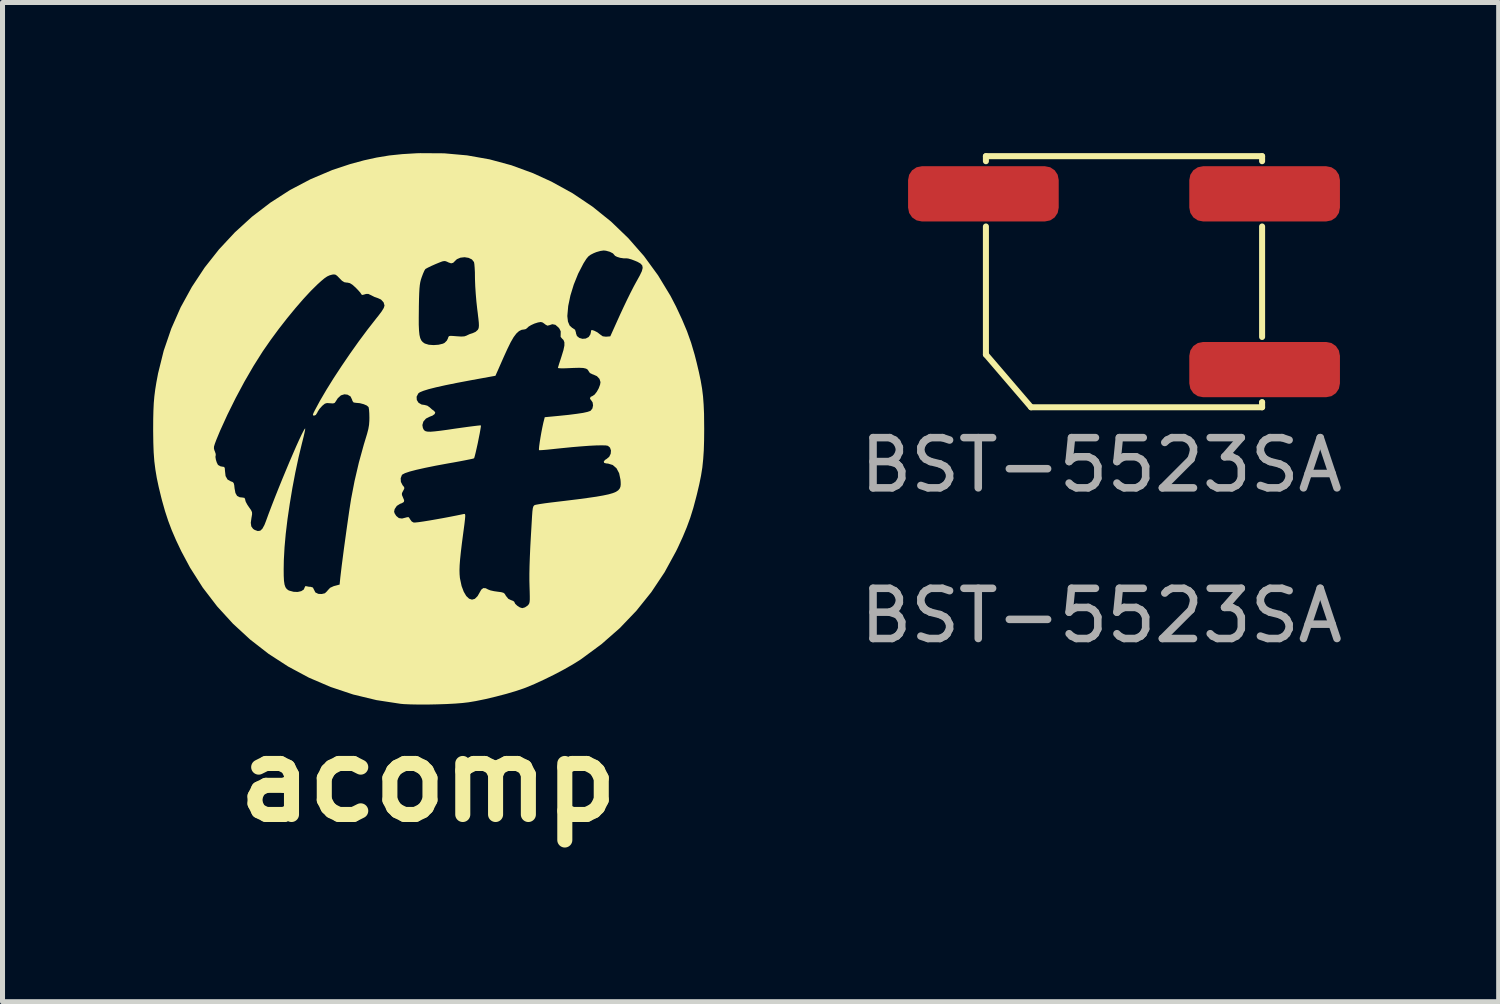
<source format=kicad_pcb>
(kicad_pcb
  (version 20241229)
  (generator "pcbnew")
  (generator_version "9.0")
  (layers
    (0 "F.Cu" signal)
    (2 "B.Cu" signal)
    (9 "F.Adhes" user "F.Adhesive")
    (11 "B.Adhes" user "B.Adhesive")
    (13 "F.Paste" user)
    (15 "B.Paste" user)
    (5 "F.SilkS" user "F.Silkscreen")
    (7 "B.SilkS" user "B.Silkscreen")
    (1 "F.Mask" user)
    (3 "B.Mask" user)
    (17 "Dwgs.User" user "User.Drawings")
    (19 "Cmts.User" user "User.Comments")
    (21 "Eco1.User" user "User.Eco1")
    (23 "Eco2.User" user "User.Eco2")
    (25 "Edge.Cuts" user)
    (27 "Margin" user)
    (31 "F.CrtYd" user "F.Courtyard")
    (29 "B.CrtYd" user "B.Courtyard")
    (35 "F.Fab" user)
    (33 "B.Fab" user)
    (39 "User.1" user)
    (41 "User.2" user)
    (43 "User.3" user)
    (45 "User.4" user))
  (footprint "acomp"
    (layer "F.Cu")
    (at 5.476 5.48)
    (property "Reference" "acomp" (at 0 7 0) (layer "F.SilkS") (effects (font (size 1.524 1.524) (thickness 0.3))))
    (attr board_only exclude_from_pos_files exclude_from_bom)
    (fp_poly (pts (xy 0.318 -5.477) (xy 0.776 -5.436) (xy 1.222 -5.357) (xy 1.658 -5.239) (xy 2.089 -5.081) (xy 2.456 -4.913) (xy 2.877 -4.681) (xy 3.273 -4.415) (xy 3.643 -4.117) (xy 3.985 -3.788) (xy 4.298 -3.431) (xy 4.578 -3.047) (xy 4.826 -2.638) (xy 4.936 -2.426) (xy 5.055 -2.171) (xy 5.154 -1.936) (xy 5.236 -1.706) (xy 5.307 -1.466) (xy 5.346 -1.313) (xy 5.392 -1.119) (xy 5.428 -0.948) (xy 5.455 -0.79) (xy 5.474 -0.635) (xy 5.486 -0.472) (xy 5.494 -0.292) (xy 5.496 -0.084) (xy 5.497 0.011) (xy 5.495 0.241) (xy 5.489 0.438) (xy 5.477 0.614) (xy 5.46 0.779) (xy 5.434 0.942) (xy 5.399 1.114) (xy 5.354 1.305) (xy 5.338 1.368) (xy 5.28 1.586) (xy 5.219 1.782) (xy 5.15 1.97) (xy 5.07 2.162) (xy 4.973 2.373) (xy 4.937 2.447) (xy 4.708 2.866) (xy 4.444 3.262) (xy 4.146 3.633) (xy 3.815 3.979) (xy 3.451 4.298) (xy 3.055 4.59) (xy 3.029 4.608) (xy 2.882 4.7) (xy 2.707 4.8) (xy 2.514 4.902) (xy 2.315 5) (xy 2.122 5.089) (xy 1.947 5.162) (xy 1.896 5.181) (xy 1.738 5.234) (xy 1.551 5.289) (xy 1.348 5.342) (xy 1.143 5.391) (xy 0.948 5.431) (xy 0.805 5.455) (xy 0.686 5.469) (xy 0.536 5.481) (xy 0.363 5.49) (xy 0.179 5.496) (xy -0.009 5.5) (xy -0.188 5.5) (xy -0.351 5.497) (xy -0.488 5.491) (xy -0.551 5.485) (xy -1.028 5.412) (xy -1.493 5.3) (xy -1.942 5.15) (xy -2.374 4.965) (xy -2.786 4.744) (xy -3.177 4.491) (xy -3.545 4.205) (xy -3.887 3.89) (xy -4.202 3.545) (xy -4.488 3.172) (xy -4.741 2.774) (xy -4.916 2.447) (xy -5.02 2.228) (xy -5.105 2.031) (xy -5.176 1.843) (xy -5.239 1.651) (xy -5.298 1.442) (xy -5.317 1.368) (xy -5.366 1.166) (xy -5.404 0.987) (xy -5.432 0.819) (xy -5.453 0.653) (xy -5.466 0.477) (xy -5.469 0.399) (xy -4.266 0.399) (xy -4.257 0.436) (xy -4.249 0.454) (xy -4.232 0.504) (xy -4.229 0.535) (xy -4.231 0.537) (xy -4.236 0.568) (xy -4.228 0.62) (xy -4.211 0.676) (xy -4.189 0.721) (xy -4.182 0.73) (xy -4.135 0.756) (xy -4.098 0.763) (xy -4.064 0.768) (xy -4.05 0.79) (xy -4.046 0.843) (xy -4.046 0.846) (xy -4.034 0.95) (xy -3.995 1.019) (xy -3.931 1.055) (xy -3.894 1.068) (xy -3.873 1.089) (xy -3.862 1.13) (xy -3.855 1.195) (xy -3.838 1.287) (xy -3.805 1.345) (xy -3.752 1.372) (xy -3.703 1.377) (xy -3.659 1.384) (xy -3.644 1.412) (xy -3.644 1.422) (xy -3.632 1.463) (xy -3.6 1.522) (xy -3.569 1.568) (xy -3.528 1.626) (xy -3.508 1.668) (xy -3.506 1.71) (xy -3.516 1.77) (xy -3.518 1.779) (xy -3.532 1.88) (xy -3.522 1.952) (xy -3.486 2.002) (xy -3.454 2.023) (xy -3.393 2.045) (xy -3.343 2.038) (xy -3.301 1.999) (xy -3.26 1.924) (xy -3.231 1.85) (xy -3.177 1.702) (xy -3.115 1.539) (xy -3.048 1.367) (xy -2.977 1.189) (xy -2.904 1.009) (xy -2.83 0.831) (xy -2.759 0.661) (xy -2.69 0.501) (xy -2.627 0.356) (xy -2.57 0.23) (xy -2.522 0.128) (xy -2.484 0.054) (xy -2.459 0.011) (xy -2.448 0.002) (xy -2.45 0.025) (xy -2.461 0.081) (xy -2.479 0.162) (xy -2.504 0.262) (xy -2.513 0.297) (xy -2.581 0.579) (xy -2.645 0.879) (xy -2.704 1.19) (xy -2.756 1.503) (xy -2.801 1.809) (xy -2.836 2.101) (xy -2.86 2.37) (xy -2.873 2.608) (xy -2.874 2.63) (xy -2.877 2.801) (xy -2.876 2.934) (xy -2.871 3.036) (xy -2.86 3.11) (xy -2.842 3.163) (xy -2.816 3.199) (xy -2.783 3.224) (xy -2.764 3.232) (xy -2.68 3.255) (xy -2.598 3.258) (xy -2.527 3.242) (xy -2.477 3.21) (xy -2.457 3.164) (xy -2.457 3.164) (xy -2.444 3.141) (xy -2.424 3.144) (xy -2.376 3.154) (xy -2.34 3.156) (xy -2.295 3.17) (xy -2.275 3.21) (xy -2.245 3.268) (xy -2.187 3.296) (xy -2.119 3.299) (xy -2.056 3.284) (xy -2.011 3.241) (xy -2.002 3.228) (xy -1.952 3.175) (xy -1.878 3.141) (xy -1.861 3.137) (xy -1.763 3.111) (xy -1.749 2.97) (xy -1.737 2.869) (xy -1.721 2.734) (xy -1.7 2.573) (xy -1.677 2.395) (xy -1.651 2.207) (xy -1.625 2.018) (xy -1.599 1.836) (xy -1.575 1.668) (xy -1.574 1.661) (xy -0.678 1.661) (xy -0.666 1.696) (xy -0.636 1.743) (xy -0.632 1.747) (xy -0.583 1.787) (xy -0.52 1.796) (xy -0.434 1.774) (xy -0.419 1.769) (xy -0.386 1.769) (xy -0.362 1.806) (xy -0.361 1.809) (xy -0.327 1.855) (xy -0.288 1.876) (xy -0.256 1.875) (xy -0.188 1.868) (xy -0.092 1.854) (xy 0.026 1.835) (xy 0.158 1.812) (xy 0.298 1.787) (xy 0.441 1.76) (xy 0.578 1.733) (xy 0.703 1.707) (xy 0.704 1.707) (xy 0.721 1.704) (xy 0.732 1.708) (xy 0.738 1.725) (xy 0.738 1.759) (xy 0.733 1.816) (xy 0.723 1.903) (xy 0.707 2.024) (xy 0.7 2.076) (xy 0.672 2.289) (xy 0.651 2.465) (xy 0.636 2.61) (xy 0.627 2.728) (xy 0.624 2.825) (xy 0.626 2.906) (xy 0.632 2.977) (xy 0.636 2.999) (xy 0.666 3.14) (xy 0.709 3.254) (xy 0.759 3.339) (xy 0.815 3.392) (xy 0.873 3.411) (xy 0.93 3.395) (xy 0.985 3.34) (xy 1.017 3.284) (xy 1.057 3.213) (xy 1.098 3.181) (xy 1.147 3.184) (xy 1.192 3.208) (xy 1.238 3.226) (xy 1.309 3.242) (xy 1.377 3.252) (xy 1.453 3.262) (xy 1.498 3.274) (xy 1.525 3.295) (xy 1.546 3.331) (xy 1.546 3.333) (xy 1.597 3.395) (xy 1.647 3.419) (xy 1.694 3.437) (xy 1.716 3.455) (xy 1.716 3.457) (xy 1.733 3.493) (xy 1.775 3.533) (xy 1.827 3.566) (xy 1.874 3.58) (xy 1.875 3.58) (xy 1.928 3.565) (xy 1.98 3.53) (xy 1.98 3.53) (xy 1.999 3.509) (xy 2.012 3.488) (xy 2.02 3.458) (xy 2.024 3.412) (xy 2.024 3.344) (xy 2.022 3.246) (xy 2.019 3.154) (xy 2.016 3.032) (xy 2.016 2.896) (xy 2.019 2.742) (xy 2.025 2.566) (xy 2.034 2.362) (xy 2.047 2.127) (xy 2.063 1.855) (xy 2.069 1.751) (xy 2.076 1.654) (xy 2.084 1.592) (xy 2.095 1.555) (xy 2.11 1.535) (xy 2.127 1.526) (xy 2.164 1.518) (xy 2.233 1.506) (xy 2.327 1.492) (xy 2.435 1.478) (xy 2.468 1.474) (xy 2.744 1.441) (xy 2.98 1.412) (xy 3.18 1.385) (xy 3.347 1.361) (xy 3.484 1.337) (xy 3.593 1.314) (xy 3.677 1.29) (xy 3.74 1.264) (xy 3.785 1.234) (xy 3.813 1.201) (xy 3.829 1.164) (xy 3.835 1.12) (xy 3.834 1.07) (xy 3.83 1.021) (xy 3.803 0.893) (xy 3.751 0.795) (xy 3.676 0.73) (xy 3.581 0.701) (xy 3.549 0.699) (xy 3.506 0.688) (xy 3.497 0.662) (xy 3.522 0.629) (xy 3.553 0.61) (xy 3.605 0.567) (xy 3.635 0.506) (xy 3.641 0.441) (xy 3.621 0.383) (xy 3.58 0.348) (xy 3.537 0.34) (xy 3.457 0.338) (xy 3.345 0.34) (xy 3.206 0.347) (xy 3.045 0.359) (xy 2.866 0.374) (xy 2.675 0.393) (xy 2.596 0.401) (xy 2.474 0.414) (xy 2.367 0.425) (xy 2.283 0.432) (xy 2.227 0.435) (xy 2.207 0.434) (xy 2.206 0.41) (xy 2.211 0.354) (xy 2.222 0.274) (xy 2.237 0.181) (xy 2.254 0.083) (xy 2.272 -0.01) (xy 2.289 -0.09) (xy 2.295 -0.117) (xy 2.322 -0.222) (xy 2.586 -0.247) (xy 2.792 -0.268) (xy 2.957 -0.289) (xy 3.084 -0.308) (xy 3.174 -0.328) (xy 3.229 -0.347) (xy 3.236 -0.352) (xy 3.271 -0.396) (xy 3.284 -0.457) (xy 3.275 -0.517) (xy 3.252 -0.551) (xy 3.222 -0.591) (xy 3.234 -0.626) (xy 3.273 -0.644) (xy 3.314 -0.672) (xy 3.358 -0.728) (xy 3.397 -0.798) (xy 3.424 -0.871) (xy 3.432 -0.921) (xy 3.412 -0.985) (xy 3.361 -1.039) (xy 3.288 -1.072) (xy 3.281 -1.073) (xy 3.221 -1.102) (xy 3.198 -1.136) (xy 3.178 -1.168) (xy 3.145 -1.189) (xy 3.09 -1.202) (xy 3.009 -1.206) (xy 2.894 -1.203) (xy 2.825 -1.2) (xy 2.73 -1.196) (xy 2.653 -1.195) (xy 2.601 -1.198) (xy 2.584 -1.203) (xy 2.591 -1.229) (xy 2.608 -1.286) (xy 2.634 -1.365) (xy 2.656 -1.433) (xy 2.694 -1.557) (xy 2.713 -1.648) (xy 2.713 -1.714) (xy 2.695 -1.76) (xy 2.667 -1.787) (xy 2.638 -1.822) (xy 2.639 -1.876) (xy 2.639 -1.878) (xy 2.64 -1.932) (xy 2.615 -1.984) (xy 2.595 -2.009) (xy 2.534 -2.062) (xy 2.472 -2.074) (xy 2.414 -2.054) (xy 2.375 -2.045) (xy 2.335 -2.067) (xy 2.326 -2.075) (xy 2.282 -2.107) (xy 2.245 -2.118) (xy 2.188 -2.109) (xy 2.118 -2.087) (xy 2.05 -2.056) (xy 1.999 -2.025) (xy 1.985 -2.01) (xy 1.947 -1.978) (xy 1.917 -1.97) (xy 1.861 -1.962) (xy 1.809 -1.936) (xy 1.757 -1.889) (xy 1.702 -1.816) (xy 1.643 -1.714) (xy 1.577 -1.579) (xy 1.504 -1.419) (xy 1.46 -1.319) (xy 1.42 -1.228) (xy 1.388 -1.155) (xy 1.368 -1.111) (xy 1.34 -1.047) (xy 0.845 -0.957) (xy 0.575 -0.906) (xy 0.348 -0.86) (xy 0.16 -0.818) (xy 0.013 -0.781) (xy -0.096 -0.747) (xy -0.166 -0.718) (xy -0.196 -0.696) (xy -0.23 -0.63) (xy -0.226 -0.565) (xy -0.192 -0.51) (xy -0.13 -0.474) (xy -0.072 -0.466) (xy -0.016 -0.451) (xy 0.031 -0.418) (xy 0.076 -0.377) (xy 0.114 -0.35) (xy 0.141 -0.319) (xy 0.13 -0.285) (xy 0.086 -0.253) (xy 0.033 -0.233) (xy -0.043 -0.195) (xy -0.095 -0.136) (xy -0.115 -0.066) (xy -0.106 -0.012) (xy -0.093 0.019) (xy -0.075 0.042) (xy -0.048 0.058) (xy -0.007 0.066) (xy 0.052 0.067) (xy 0.135 0.06) (xy 0.247 0.047) (xy 0.393 0.027) (xy 0.519 0.008) (xy 0.662 -0.012) (xy 0.792 -0.03) (xy 0.901 -0.044) (xy 0.984 -0.054) (xy 1.035 -0.059) (xy 1.05 -0.059) (xy 1.05 -0.035) (xy 1.041 0.02) (xy 1.027 0.1) (xy 1.008 0.194) (xy 0.988 0.295) (xy 0.966 0.394) (xy 0.946 0.482) (xy 0.929 0.55) (xy 0.917 0.59) (xy 0.914 0.596) (xy 0.89 0.604) (xy 0.83 0.617) (xy 0.741 0.635) (xy 0.627 0.657) (xy 0.496 0.681) (xy 0.403 0.697) (xy 0.154 0.743) (xy -0.058 0.786) (xy -0.232 0.825) (xy -0.366 0.86) (xy -0.461 0.892) (xy -0.514 0.92) (xy -0.523 0.929) (xy -0.547 0.993) (xy -0.543 1.066) (xy -0.51 1.131) (xy -0.506 1.136) (xy -0.478 1.17) (xy -0.475 1.199) (xy -0.496 1.241) (xy -0.499 1.245) (xy -0.522 1.291) (xy -0.522 1.327) (xy -0.501 1.377) (xy -0.501 1.377) (xy -0.478 1.432) (xy -0.484 1.466) (xy -0.523 1.49) (xy -0.559 1.503) (xy -0.624 1.544) (xy -0.667 1.608) (xy -0.678 1.661) (xy -1.574 1.661) (xy -1.553 1.524) (xy -1.535 1.411) (xy -1.535 1.409) (xy -1.466 1.051) (xy -1.38 0.682) (xy -1.281 0.323) (xy -1.253 0.231) (xy -1.216 0.109) (xy -1.191 0.013) (xy -1.177 -0.069) (xy -1.171 -0.15) (xy -1.17 -0.212) (xy -1.172 -0.299) (xy -1.177 -0.371) (xy -1.185 -0.418) (xy -1.188 -0.425) (xy -1.221 -0.454) (xy -1.283 -0.481) (xy -1.359 -0.501) (xy -1.435 -0.508) (xy -1.436 -0.508) (xy -1.484 -0.515) (xy -1.507 -0.545) (xy -1.515 -0.572) (xy -1.546 -0.636) (xy -1.606 -0.671) (xy -1.668 -0.678) (xy -1.737 -0.657) (xy -1.8 -0.599) (xy -1.841 -0.535) (xy -1.862 -0.506) (xy -1.895 -0.496) (xy -1.953 -0.5) (xy -1.955 -0.5) (xy -2.014 -0.504) (xy -2.056 -0.492) (xy -2.101 -0.456) (xy -2.116 -0.441) (xy -2.165 -0.386) (xy -2.201 -0.329) (xy -2.208 -0.312) (xy -2.238 -0.266) (xy -2.269 -0.254) (xy -2.29 -0.257) (xy -2.295 -0.271) (xy -2.283 -0.306) (xy -2.254 -0.364) (xy -2.152 -0.553) (xy -2.027 -0.766) (xy -1.883 -0.998) (xy -1.724 -1.24) (xy -1.556 -1.487) (xy -1.382 -1.732) (xy -1.207 -1.967) (xy -1.036 -2.186) (xy -1.017 -2.21) (xy -0.187 -2.21) (xy -0.187 -2.063) (xy -0.182 -1.949) (xy -0.173 -1.862) (xy -0.158 -1.798) (xy -0.137 -1.752) (xy -0.109 -1.719) (xy -0.073 -1.693) (xy -0.063 -1.688) (xy 0.012 -1.665) (xy 0.108 -1.658) (xy 0.208 -1.665) (xy 0.294 -1.686) (xy 0.328 -1.703) (xy 0.372 -1.747) (xy 0.395 -1.793) (xy 0.403 -1.821) (xy 0.418 -1.837) (xy 0.448 -1.842) (xy 0.504 -1.839) (xy 0.566 -1.834) (xy 0.66 -1.828) (xy 0.722 -1.832) (xy 0.763 -1.846) (xy 0.77 -1.85) (xy 0.825 -1.876) (xy 0.885 -1.895) (xy 0.945 -1.922) (xy 0.989 -1.962) (xy 1.001 -1.984) (xy 1.008 -2.01) (xy 1.011 -2.048) (xy 1.009 -2.103) (xy 1.001 -2.182) (xy 0.995 -2.23) (xy 2.772 -2.23) (xy 2.784 -2.126) (xy 2.817 -2.048) (xy 2.868 -2.001) (xy 2.877 -1.997) (xy 2.926 -1.963) (xy 2.944 -1.903) (xy 2.944 -1.892) (xy 2.963 -1.839) (xy 3.01 -1.801) (xy 3.072 -1.783) (xy 3.138 -1.788) (xy 3.195 -1.818) (xy 3.199 -1.822) (xy 3.231 -1.872) (xy 3.241 -1.916) (xy 3.245 -1.95) (xy 3.263 -1.958) (xy 3.306 -1.945) (xy 3.369 -1.913) (xy 3.423 -1.871) (xy 3.477 -1.833) (xy 3.541 -1.825) (xy 3.551 -1.826) (xy 3.627 -1.832) (xy 3.823 -2.267) (xy 3.89 -2.411) (xy 3.96 -2.558) (xy 4.029 -2.698) (xy 4.092 -2.821) (xy 4.144 -2.917) (xy 4.151 -2.929) (xy 4.215 -3.045) (xy 4.256 -3.131) (xy 4.272 -3.195) (xy 4.264 -3.243) (xy 4.23 -3.281) (xy 4.171 -3.315) (xy 4.124 -3.335) (xy 4.051 -3.363) (xy 3.988 -3.381) (xy 3.951 -3.386) (xy 3.891 -3.386) (xy 3.823 -3.396) (xy 3.762 -3.415) (xy 3.721 -3.436) (xy 3.714 -3.445) (xy 3.68 -3.484) (xy 3.618 -3.516) (xy 3.542 -3.537) (xy 3.496 -3.542) (xy 3.431 -3.533) (xy 3.35 -3.51) (xy 3.298 -3.489) (xy 3.237 -3.458) (xy 3.191 -3.424) (xy 3.151 -3.376) (xy 3.105 -3.304) (xy 3.092 -3.283) (xy 2.987 -3.08) (xy 2.9 -2.864) (xy 2.833 -2.646) (xy 2.789 -2.436) (xy 2.772 -2.244) (xy 2.772 -2.23) (xy 0.995 -2.23) (xy 0.988 -2.293) (xy 0.977 -2.379) (xy 0.961 -2.524) (xy 0.948 -2.678) (xy 0.938 -2.826) (xy 0.933 -2.955) (xy 0.932 -3.001) (xy 0.931 -3.107) (xy 0.926 -3.2) (xy 0.92 -3.272) (xy 0.913 -3.311) (xy 0.872 -3.363) (xy 0.806 -3.395) (xy 0.726 -3.408) (xy 0.644 -3.399) (xy 0.573 -3.369) (xy 0.54 -3.338) (xy 0.499 -3.297) (xy 0.457 -3.286) (xy 0.402 -3.305) (xy 0.383 -3.315) (xy 0.351 -3.328) (xy 0.32 -3.332) (xy 0.28 -3.324) (xy 0.22 -3.301) (xy 0.145 -3.27) (xy 0.064 -3.234) (xy -0.004 -3.201) (xy -0.048 -3.177) (xy -0.057 -3.17) (xy -0.076 -3.139) (xy -0.102 -3.08) (xy -0.129 -3.008) (xy -0.145 -2.959) (xy -0.157 -2.91) (xy -0.166 -2.854) (xy -0.173 -2.784) (xy -0.178 -2.694) (xy -0.182 -2.576) (xy -0.185 -2.424) (xy -0.185 -2.394) (xy -0.187 -2.21) (xy -1.017 -2.21) (xy -1.001 -2.229) (xy -0.929 -2.324) (xy -0.884 -2.397) (xy -0.869 -2.445) (xy -0.869 -2.446) (xy -0.888 -2.51) (xy -0.939 -2.565) (xy -1.011 -2.597) (xy -1.071 -2.618) (xy -1.134 -2.65) (xy -1.136 -2.651) (xy -1.191 -2.677) (xy -1.238 -2.676) (xy -1.263 -2.668) (xy -1.308 -2.656) (xy -1.329 -2.666) (xy -1.332 -2.673) (xy -1.35 -2.701) (xy -1.391 -2.748) (xy -1.443 -2.802) (xy -1.508 -2.86) (xy -1.558 -2.891) (xy -1.606 -2.902) (xy -1.617 -2.902) (xy -1.669 -2.91) (xy -1.716 -2.939) (xy -1.765 -2.989) (xy -1.814 -3.039) (xy -1.849 -3.062) (xy -1.886 -3.065) (xy -1.912 -3.061) (xy -1.963 -3.047) (xy -2.011 -3.025) (xy -2.064 -2.989) (xy -2.13 -2.934) (xy -2.205 -2.866) (xy -2.338 -2.735) (xy -2.487 -2.574) (xy -2.647 -2.389) (xy -2.811 -2.189) (xy -2.975 -1.979) (xy -3.132 -1.766) (xy -3.278 -1.556) (xy -3.299 -1.525) (xy -3.477 -1.243) (xy -3.658 -0.931) (xy -3.833 -0.604) (xy -3.997 -0.273) (xy -4.143 0.047) (xy -4.218 0.228) (xy -4.248 0.308) (xy -4.264 0.361) (xy -4.266 0.399) (xy -5.469 0.399) (xy -5.473 0.281) (xy -5.476 0.055) (xy -5.476 0.021) (xy -5.475 -0.182) (xy -5.471 -0.353) (xy -5.464 -0.502) (xy -5.452 -0.639) (xy -5.435 -0.773) (xy -5.412 -0.915) (xy -5.382 -1.074) (xy -5.379 -1.091) (xy -5.266 -1.546) (xy -5.115 -1.987) (xy -4.928 -2.411) (xy -4.705 -2.817) (xy -4.45 -3.203) (xy -4.164 -3.565) (xy -3.849 -3.903) (xy -3.508 -4.214) (xy -3.141 -4.495) (xy -2.751 -4.746) (xy -2.34 -4.962) (xy -1.91 -5.144) (xy -1.552 -5.263) (xy -1.279 -5.337) (xy -1.024 -5.393) (xy -0.775 -5.434) (xy -0.515 -5.461) (xy -0.232 -5.478) (xy -0.159 -5.48)) (stroke (width 0) (type solid)) (fill yes) (layer "F.SilkS")))
  (footprint "BST-5523SA"
    (layer "F.Cu")
    (at 16.583 5.06)
    (property "Reference" "BST-5523SA" (at 2.3 1.15 0) (unlocked yes) (layer "F.Fab") (effects (font (size 1 1) (thickness 0.15))))
    (attr smd)
    (fp_line (start 0 -5) (end 0 -4.9) (stroke (width 0.12) (type solid)) (layer "F.SilkS"))
    (fp_line (start 0 -5) (end 5.5 -5) (stroke (width 0.12) (type solid)) (layer "F.SilkS"))
    (fp_line (start 0 -3.6) (end 0 -1.05) (stroke (width 0.12) (type solid)) (layer "F.SilkS"))
    (fp_line (start 0.9 0) (end 0 -1.05) (stroke (width 0.12) (type solid)) (layer "F.SilkS"))
    (fp_line (start 5.5 -4.9) (end 5.5 -5) (stroke (width 0.12) (type solid)) (layer "F.SilkS"))
    (fp_line (start 5.5 -1.4) (end 5.5 -3.6) (stroke (width 0.12) (type solid)) (layer "F.SilkS"))
    (fp_line (start 5.5 -0.1) (end 5.5 -0.1) (stroke (width 0.12) (type solid)) (layer "F.SilkS"))
    (fp_line (start 5.5 0) (end 0.9 0) (stroke (width 0.12) (type solid)) (layer "F.SilkS"))
    (fp_line (start 5.5 0) (end 5.5 -0.1) (stroke (width 0.12) (type solid)) (layer "F.SilkS"))
    (fp_text user "${REFERENCE}" (at 2.3 4.15 0) (unlocked yes) (layer "F.Fab") (effects (font (size 1 1) (thickness 0.15))))
    (pad "1" smd roundrect (at -0.05 -4.25) (size 3 1.1) (layers "F.Cu" "F.Mask" "F.Paste") (roundrect_rratio 0.25))
    (pad "2" smd roundrect (at 5.55 -4.25) (size 3 1.1) (layers "F.Cu" "F.Mask" "F.Paste") (roundrect_rratio 0.25))
    (pad "3" smd roundrect (at 5.55 -0.75) (size 3 1.1) (layers "F.Cu" "F.Mask" "F.Paste") (roundrect_rratio 0.25)))
  (gr_rect
    (start -3 -3)
    (end 26.794 16.898)
    (stroke (width 0.1) (type default))
    (fill no)
    (layer "Edge.Cuts")))
</source>
